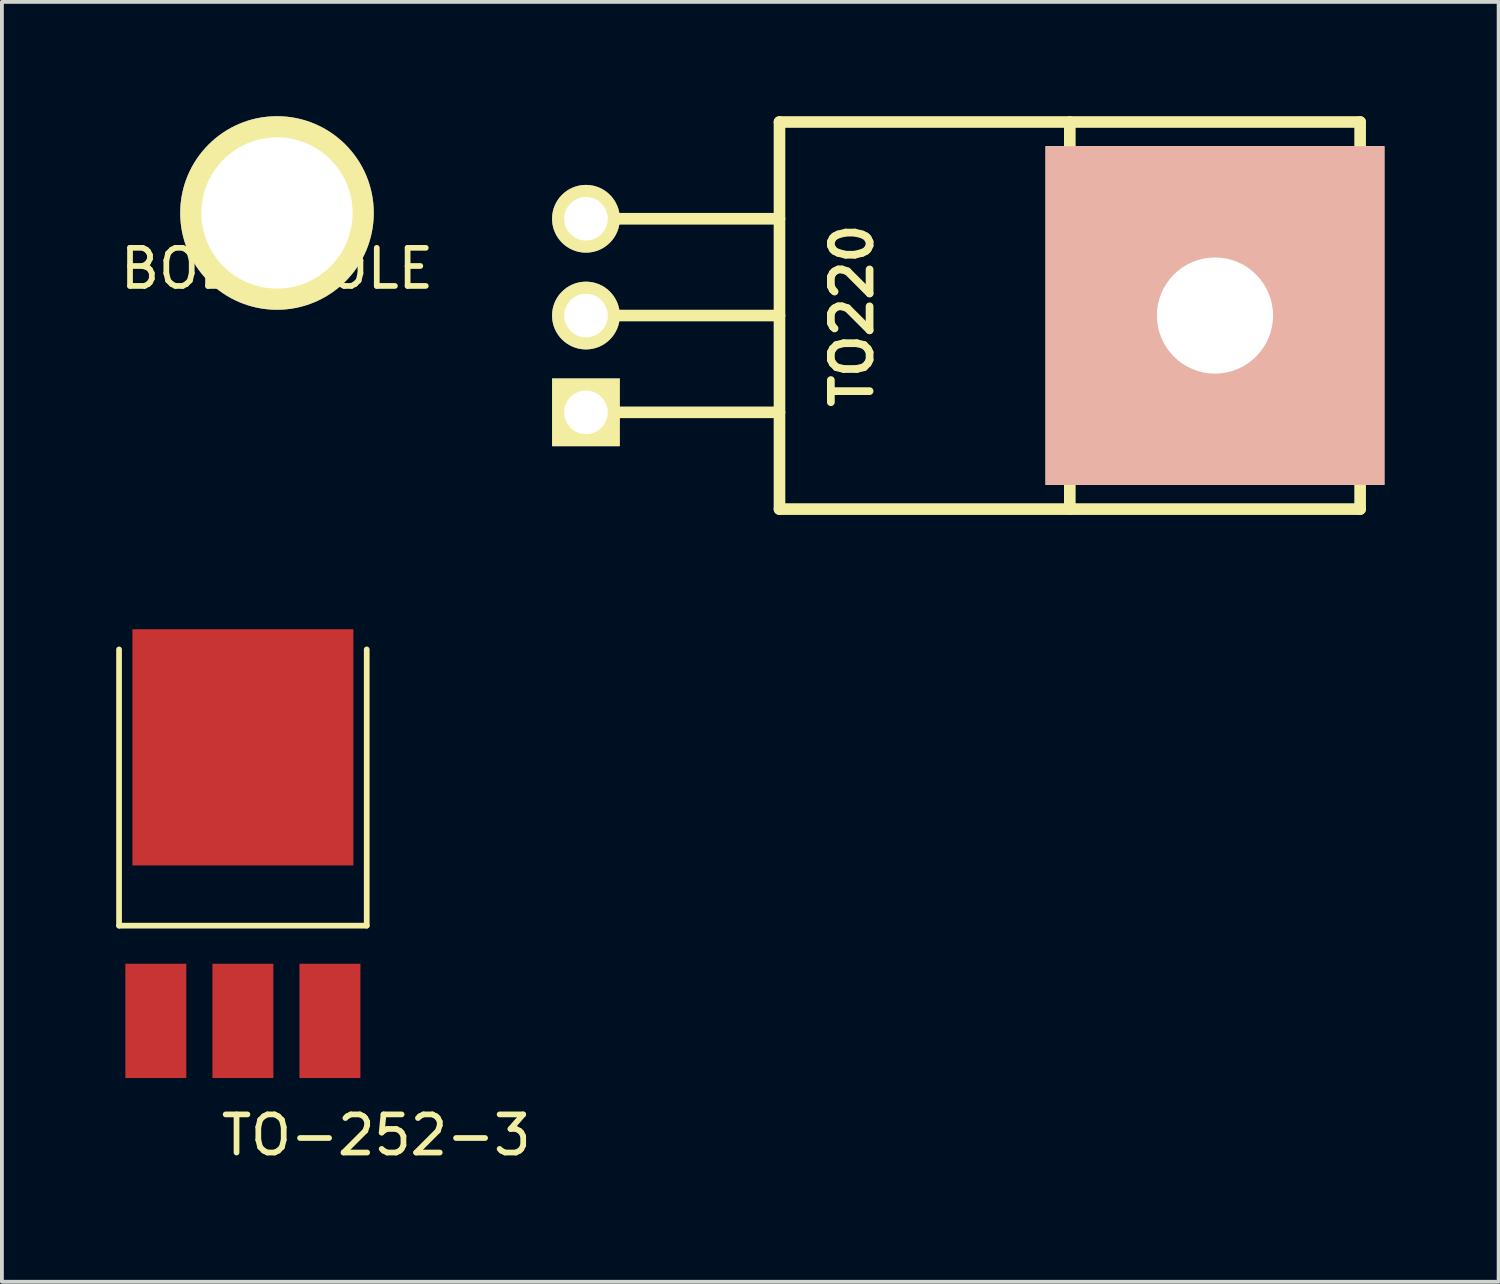
<source format=kicad_pcb>
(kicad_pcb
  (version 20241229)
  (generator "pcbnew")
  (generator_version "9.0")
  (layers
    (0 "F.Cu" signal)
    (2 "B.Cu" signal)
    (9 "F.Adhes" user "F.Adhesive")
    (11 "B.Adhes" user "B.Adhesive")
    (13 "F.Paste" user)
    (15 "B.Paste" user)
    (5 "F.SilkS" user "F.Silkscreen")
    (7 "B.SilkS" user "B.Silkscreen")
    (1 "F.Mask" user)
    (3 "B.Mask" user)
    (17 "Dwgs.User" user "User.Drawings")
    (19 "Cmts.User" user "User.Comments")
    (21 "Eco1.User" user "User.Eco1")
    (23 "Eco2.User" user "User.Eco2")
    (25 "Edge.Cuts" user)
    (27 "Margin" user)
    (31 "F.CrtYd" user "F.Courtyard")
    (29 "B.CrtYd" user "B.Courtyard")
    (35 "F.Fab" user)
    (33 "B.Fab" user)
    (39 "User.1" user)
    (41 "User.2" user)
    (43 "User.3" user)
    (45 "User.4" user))
  (footprint "TO220"
    (layer "F.Cu")
    (at 12.329 5.232)
    (property "Reference" "TO220" (at 6.985 0 90) (layer "F.SilkS") (effects (font (size 1.016 1.016) (thickness 0.203))))
    (attr through_hole)
    (fp_line (start 0 -2.54) (end 5.08 -2.54) (stroke (width 0.305) (type solid)) (layer "F.SilkS"))
    (fp_line (start 0 0) (end 5.08 0) (stroke (width 0.305) (type solid)) (layer "F.SilkS"))
    (fp_line (start 0 2.54) (end 5.08 2.54) (stroke (width 0.305) (type solid)) (layer "F.SilkS"))
    (fp_line (start 5.08 -5.08) (end 5.08 5.08) (stroke (width 0.305) (type solid)) (layer "F.SilkS"))
    (fp_line (start 5.08 5.08) (end 20.32 5.08) (stroke (width 0.305) (type solid)) (layer "F.SilkS"))
    (fp_line (start 12.7 3.81) (end 12.7 -5.08) (stroke (width 0.305) (type solid)) (layer "F.SilkS"))
    (fp_line (start 12.7 3.81) (end 12.7 5.08) (stroke (width 0.305) (type solid)) (layer "F.SilkS"))
    (fp_line (start 20.32 -5.08) (end 5.08 -5.08) (stroke (width 0.305) (type solid)) (layer "F.SilkS"))
    (fp_line (start 20.32 5.08) (end 20.32 -5.08) (stroke (width 0.305) (type solid)) (layer "F.SilkS"))
    (pad "1" thru_hole circle (at 0 -2.54) (size 1.778 1.778) (drill 1.143) (layers "*.Cu" "*.Mask" "F.SilkS"))
    (pad "2" thru_hole circle (at 0 0) (size 1.778 1.778) (drill 1.143) (layers "*.Cu" "*.Mask" "F.SilkS"))
    (pad "3" thru_hole rect (at 0 2.54) (size 1.778 1.778) (drill 1.143) (layers "*.Cu" "*.Mask" "F.SilkS"))
    (pad "4" thru_hole rect (at 16.51 0) (size 8.89 8.89) (drill 3.048) (layers "*.Cu" "*.SilkS" "*.Mask")))
  (footprint "BOLT_HOLE"
    (layer "F.Cu")
    (at 4.22 2.54)
    (property "Reference" "BOLT_HOLE" (at 0 1.46 0) (layer "F.SilkS") (effects (font (size 1 1) (thickness 0.15))))
    (attr through_hole)
    (pad "1" thru_hole circle (at 0 0) (size 5.08 5.08) (drill 3.969) (layers "*.Cu" "*.Mask" "F.SilkS")))
  (footprint "TO-252-3"
    (layer "F.Cu")
    (at 3.325 22.245)
    (property "Reference" "TO-252-3" (at 3.5 4.5 0) (layer "F.SilkS") (effects (font (size 1 1) (thickness 0.15))))
    (attr through_hole)
    (fp_line (start -3.25 -1) (end -3.25 -8.25) (stroke (width 0.15) (type solid)) (layer "F.SilkS"))
    (fp_line (start 3.25 -8.25) (end 3.25 -1) (stroke (width 0.15) (type solid)) (layer "F.SilkS"))
    (fp_line (start 3.25 -1) (end -3.25 -1) (stroke (width 0.15) (type solid)) (layer "F.SilkS"))
    (pad "1" smd rect (at 2.285 1.5) (size 1.6 3) (layers "F.Cu" "F.Mask" "F.Paste"))
    (pad "2" smd rect (at -2.285 1.5) (size 1.6 3) (layers "F.Cu" "F.Mask" "F.Paste"))
    (pad "3" smd rect (at 0 -5.68) (size 5.8 6.2) (layers "F.Cu" "F.Mask" "F.Paste"))
    (pad "3" smd rect (at 0 1.5) (size 1.6 3) (layers "F.Cu" "F.Mask" "F.Paste")))
  (gr_rect
    (start -3 -3)
    (end 36.284 30.593)
    (stroke (width 0.1) (type default))
    (fill no)
    (layer "Edge.Cuts")))
</source>
